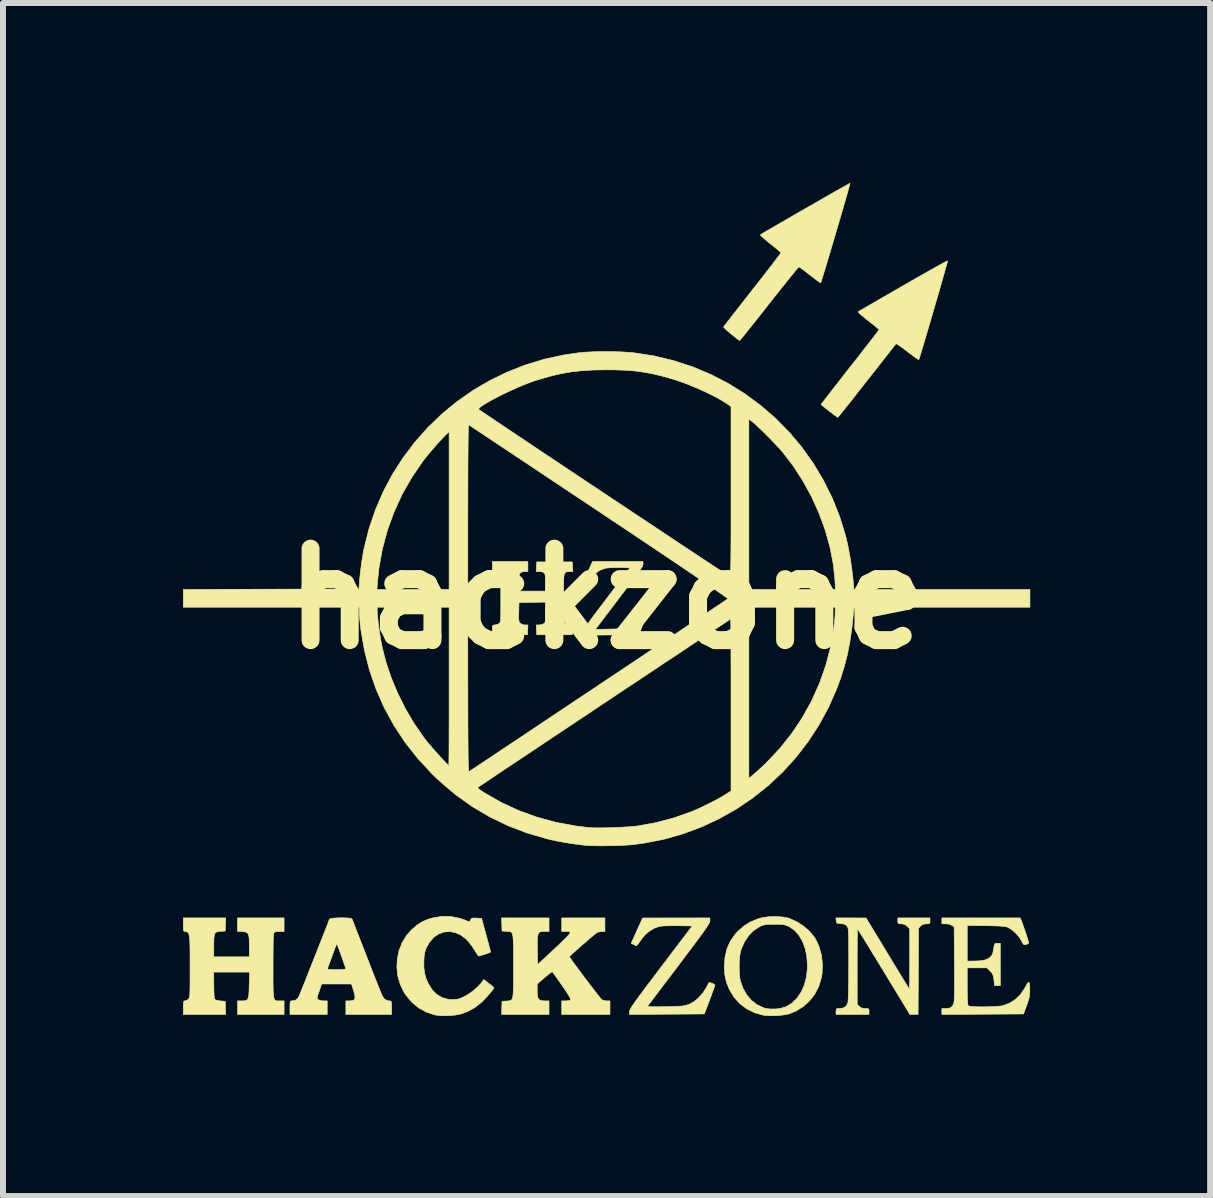
<source format=kicad_pcb>
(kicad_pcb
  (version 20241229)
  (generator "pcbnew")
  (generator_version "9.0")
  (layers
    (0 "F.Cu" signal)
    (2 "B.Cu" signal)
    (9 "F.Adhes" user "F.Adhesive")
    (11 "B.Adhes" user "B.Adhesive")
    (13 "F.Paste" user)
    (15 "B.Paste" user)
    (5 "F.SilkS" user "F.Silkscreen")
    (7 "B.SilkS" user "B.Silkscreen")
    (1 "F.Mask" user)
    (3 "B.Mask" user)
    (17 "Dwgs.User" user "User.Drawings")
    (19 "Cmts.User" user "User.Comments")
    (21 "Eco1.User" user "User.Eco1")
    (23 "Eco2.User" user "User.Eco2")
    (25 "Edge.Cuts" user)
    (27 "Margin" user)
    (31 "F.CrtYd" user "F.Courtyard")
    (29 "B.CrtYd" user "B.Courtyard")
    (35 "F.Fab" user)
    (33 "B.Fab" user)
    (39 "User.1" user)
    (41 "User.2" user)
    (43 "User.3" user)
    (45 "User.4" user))
  (footprint "hackzone"
    (layer "F.Cu")
    (at 7.061 6.93)
    (property "Reference" "hackzone" (at 0 0 0) (layer "F.SilkS") (effects (font (size 1.524 1.524) (thickness 0.3))))
    (attr through_hole)
    (fp_poly (pts (xy 0.607 -0.579) (xy 0.606 -0.57) (xy 0.604 -0.561) (xy 0.6 -0.549) (xy 0.591 -0.533) (xy 0.578 -0.511) (xy 0.559 -0.483) (xy 0.533 -0.445) (xy 0.499 -0.398) (xy 0.455 -0.339) (xy 0.402 -0.267) (xy 0.337 -0.181) (xy 0.26 -0.079) (xy 0.169 0.041) (xy 0.064 0.18) (xy -0.057 0.339) (xy -0.103 0.4) (xy -0.187 0.511) (xy 0.051 0.506) (xy 0.14 0.504) (xy 0.205 0.501) (xy 0.253 0.497) (xy 0.29 0.492) (xy 0.319 0.483) (xy 0.348 0.472) (xy 0.37 0.461) (xy 0.448 0.412) (xy 0.513 0.344) (xy 0.567 0.259) (xy 0.59 0.222) (xy 0.608 0.206) (xy 0.628 0.206) (xy 0.656 0.217) (xy 0.666 0.224) (xy 0.665 0.24) (xy 0.656 0.277) (xy 0.639 0.33) (xy 0.616 0.395) (xy 0.608 0.417) (xy 0.539 0.6) (xy -0.395 0.607) (xy -0.394 0.561) (xy -0.392 0.547) (xy -0.383 0.526) (xy -0.367 0.498) (xy -0.343 0.46) (xy -0.308 0.41) (xy -0.262 0.346) (xy -0.203 0.266) (xy -0.13 0.169) (xy -0.042 0.053) (xy -0.002 0) (xy 0.389 -0.515) (xy 0.219 -0.52) (xy 0.145 -0.52) (xy 0.072 -0.518) (xy 0.012 -0.513) (xy -0.024 -0.508) (xy -0.114 -0.474) (xy -0.194 -0.416) (xy -0.257 -0.339) (xy -0.288 -0.295) (xy -0.311 -0.274) (xy -0.332 -0.272) (xy -0.356 -0.285) (xy -0.356 -0.286) (xy -0.365 -0.295) (xy -0.367 -0.31) (xy -0.361 -0.335) (xy -0.346 -0.373) (xy -0.321 -0.43) (xy -0.306 -0.462) (xy -0.234 -0.621) (xy 0.607 -0.621) (xy 0.607 -0.579)) (stroke (width 0.01) (type solid)) (fill yes) (layer "F.SilkS"))
    (fp_poly (pts (xy 1.722 5.369) (xy 1.72 5.381) (xy 1.714 5.398) (xy 1.702 5.421) (xy 1.684 5.451) (xy 1.657 5.491) (xy 1.622 5.542) (xy 1.576 5.606) (xy 1.518 5.684) (xy 1.447 5.779) (xy 1.362 5.892) (xy 1.262 6.025) (xy 1.212 6.092) (xy 1.12 6.214) (xy 1.032 6.329) (xy 0.952 6.435) (xy 0.879 6.532) (xy 0.815 6.615) (xy 0.763 6.685) (xy 0.723 6.738) (xy 0.697 6.772) (xy 0.687 6.785) (xy 0.686 6.792) (xy 0.696 6.796) (xy 0.72 6.799) (xy 0.761 6.801) (xy 0.823 6.801) (xy 0.908 6.8) (xy 0.981 6.799) (xy 1.085 6.796) (xy 1.164 6.794) (xy 1.225 6.791) (xy 1.271 6.787) (xy 1.307 6.781) (xy 1.337 6.773) (xy 1.367 6.763) (xy 1.376 6.76) (xy 1.457 6.716) (xy 1.536 6.649) (xy 1.607 6.567) (xy 1.662 6.482) (xy 1.708 6.395) (xy 1.757 6.41) (xy 1.789 6.424) (xy 1.805 6.438) (xy 1.805 6.441) (xy 1.8 6.458) (xy 1.787 6.498) (xy 1.766 6.554) (xy 1.741 6.624) (xy 1.717 6.689) (xy 1.629 6.921) (xy 1.005 6.925) (xy 0.381 6.929) (xy 0.381 6.881) (xy 0.383 6.869) (xy 0.39 6.852) (xy 0.402 6.828) (xy 0.422 6.796) (xy 0.45 6.754) (xy 0.487 6.701) (xy 0.536 6.635) (xy 0.596 6.553) (xy 0.669 6.455) (xy 0.757 6.339) (xy 0.86 6.203) (xy 0.904 6.144) (xy 1.428 5.454) (xy 1.191 5.45) (xy 1.102 5.45) (xy 1.018 5.451) (xy 0.947 5.454) (xy 0.895 5.459) (xy 0.879 5.462) (xy 0.799 5.489) (xy 0.718 5.537) (xy 0.645 5.597) (xy 0.593 5.658) (xy 0.553 5.715) (xy 0.526 5.753) (xy 0.508 5.773) (xy 0.494 5.781) (xy 0.479 5.779) (xy 0.461 5.769) (xy 0.455 5.766) (xy 0.41 5.743) (xy 0.443 5.669) (xy 0.464 5.623) (xy 0.491 5.562) (xy 0.522 5.495) (xy 0.538 5.458) (xy 0.6 5.321) (xy 1.722 5.32) (xy 1.722 5.369)) (stroke (width 0.01) (type solid)) (fill yes) (layer "F.SilkS"))
    (fp_poly (pts (xy 2.927 5.304) (xy 3.017 5.319) (xy 3.054 5.331) (xy 3.172 5.385) (xy 3.282 5.457) (xy 3.38 5.541) (xy 3.457 5.632) (xy 3.482 5.67) (xy 3.541 5.797) (xy 3.58 5.938) (xy 3.597 6.086) (xy 3.593 6.235) (xy 3.579 6.322) (xy 3.535 6.463) (xy 3.469 6.592) (xy 3.381 6.705) (xy 3.274 6.8) (xy 3.152 6.875) (xy 3.034 6.921) (xy 2.968 6.935) (xy 2.885 6.945) (xy 2.794 6.95) (xy 2.707 6.95) (xy 2.633 6.945) (xy 2.615 6.942) (xy 2.471 6.902) (xy 2.34 6.838) (xy 2.224 6.752) (xy 2.126 6.644) (xy 2.048 6.516) (xy 2.046 6.512) (xy 1.997 6.391) (xy 1.97 6.266) (xy 1.962 6.133) (xy 2.21 6.133) (xy 2.212 6.223) (xy 2.218 6.303) (xy 2.228 6.364) (xy 2.272 6.49) (xy 2.335 6.602) (xy 2.415 6.695) (xy 2.51 6.768) (xy 2.617 6.818) (xy 2.636 6.824) (xy 2.72 6.838) (xy 2.817 6.838) (xy 2.913 6.824) (xy 2.996 6.798) (xy 2.998 6.797) (xy 3.094 6.738) (xy 3.176 6.656) (xy 3.244 6.554) (xy 3.296 6.436) (xy 3.331 6.303) (xy 3.347 6.159) (xy 3.347 6.117) (xy 3.338 5.97) (xy 3.311 5.835) (xy 3.267 5.714) (xy 3.208 5.612) (xy 3.136 5.529) (xy 3.05 5.469) (xy 3.031 5.459) (xy 2.994 5.444) (xy 2.958 5.434) (xy 2.915 5.429) (xy 2.859 5.426) (xy 2.794 5.426) (xy 2.721 5.427) (xy 2.67 5.429) (xy 2.63 5.435) (xy 2.596 5.445) (xy 2.56 5.461) (xy 2.55 5.466) (xy 2.453 5.529) (xy 2.368 5.614) (xy 2.298 5.718) (xy 2.246 5.836) (xy 2.228 5.898) (xy 2.218 5.961) (xy 2.212 6.042) (xy 2.21 6.133) (xy 1.962 6.133) (xy 1.962 6.132) (xy 1.973 5.974) (xy 2.007 5.833) (xy 2.064 5.705) (xy 2.145 5.59) (xy 2.187 5.545) (xy 2.284 5.458) (xy 2.388 5.392) (xy 2.507 5.341) (xy 2.533 5.332) (xy 2.619 5.311) (xy 2.72 5.299) (xy 2.825 5.297) (xy 2.927 5.304)) (stroke (width 0.01) (type solid)) (fill yes) (layer "F.SilkS"))
    (fp_poly (pts (xy -2.593 5.297) (xy -2.443 5.327) (xy -2.369 5.354) (xy -2.284 5.388) (xy -2.268 5.353) (xy -2.257 5.334) (xy -2.241 5.324) (xy -2.211 5.321) (xy -2.169 5.323) (xy -2.084 5.327) (xy -2.009 5.602) (xy -1.986 5.686) (xy -1.966 5.761) (xy -1.95 5.822) (xy -1.939 5.865) (xy -1.934 5.886) (xy -1.933 5.887) (xy -1.946 5.895) (xy -1.977 5.907) (xy -2.019 5.922) (xy -2.064 5.937) (xy -2.104 5.949) (xy -2.131 5.955) (xy -2.134 5.955) (xy -2.144 5.944) (xy -2.165 5.914) (xy -2.192 5.87) (xy -2.202 5.853) (xy -2.242 5.792) (xy -2.29 5.73) (xy -2.336 5.679) (xy -2.337 5.677) (xy -2.426 5.608) (xy -2.519 5.565) (xy -2.615 5.547) (xy -2.709 5.555) (xy -2.799 5.587) (xy -2.881 5.643) (xy -2.951 5.723) (xy -2.993 5.794) (xy -3.015 5.842) (xy -3.029 5.885) (xy -3.038 5.932) (xy -3.043 5.994) (xy -3.045 6.027) (xy -3.046 6.144) (xy -3.034 6.242) (xy -3.009 6.332) (xy -2.975 6.41) (xy -2.91 6.515) (xy -2.833 6.594) (xy -2.743 6.648) (xy -2.642 6.676) (xy -2.574 6.681) (xy -2.519 6.679) (xy -2.474 6.672) (xy -2.429 6.657) (xy -2.372 6.631) (xy -2.366 6.628) (xy -2.293 6.585) (xy -2.218 6.53) (xy -2.148 6.468) (xy -2.091 6.408) (xy -2.07 6.38) (xy -2.048 6.347) (xy -1.962 6.413) (xy -1.922 6.445) (xy -1.891 6.471) (xy -1.877 6.485) (xy -1.877 6.486) (xy -1.885 6.5) (xy -1.908 6.53) (xy -1.941 6.571) (xy -1.968 6.603) (xy -2.078 6.72) (xy -2.193 6.812) (xy -2.317 6.88) (xy -2.427 6.92) (xy -2.505 6.937) (xy -2.599 6.947) (xy -2.697 6.951) (xy -2.79 6.947) (xy -2.86 6.937) (xy -3.004 6.89) (xy -3.133 6.819) (xy -3.246 6.726) (xy -3.344 6.608) (xy -3.377 6.558) (xy -3.44 6.428) (xy -3.48 6.289) (xy -3.496 6.147) (xy -3.489 6.004) (xy -3.46 5.864) (xy -3.408 5.733) (xy -3.335 5.613) (xy -3.249 5.516) (xy -3.159 5.439) (xy -3.071 5.383) (xy -2.975 5.342) (xy -2.899 5.32) (xy -2.745 5.294) (xy -2.593 5.297)) (stroke (width 0.01) (type solid)) (fill yes) (layer "F.SilkS"))
    (fp_poly (pts (xy 4.054 -6.911) (xy 4.044 -6.873) (xy 4.028 -6.813) (xy 4.006 -6.735) (xy 3.979 -6.641) (xy 3.948 -6.534) (xy 3.914 -6.417) (xy 3.878 -6.293) (xy 3.84 -6.165) (xy 3.802 -6.035) (xy 3.764 -5.907) (xy 3.727 -5.782) (xy 3.692 -5.665) (xy 3.66 -5.557) (xy 3.631 -5.462) (xy 3.606 -5.382) (xy 3.587 -5.321) (xy 3.574 -5.28) (xy 3.568 -5.264) (xy 3.568 -5.264) (xy 3.554 -5.272) (xy 3.522 -5.295) (xy 3.476 -5.329) (xy 3.421 -5.372) (xy 3.388 -5.397) (xy 3.328 -5.444) (xy 3.276 -5.483) (xy 3.235 -5.513) (xy 3.21 -5.529) (xy 3.204 -5.532) (xy 3.193 -5.521) (xy 3.167 -5.49) (xy 3.126 -5.44) (xy 3.072 -5.375) (xy 3.008 -5.295) (xy 2.935 -5.203) (xy 2.854 -5.101) (xy 2.766 -4.991) (xy 2.709 -4.918) (xy 2.619 -4.803) (xy 2.534 -4.696) (xy 2.456 -4.597) (xy 2.386 -4.51) (xy 2.326 -4.435) (xy 2.278 -4.375) (xy 2.242 -4.333) (xy 2.222 -4.309) (xy 2.218 -4.305) (xy 2.204 -4.313) (xy 2.172 -4.336) (xy 2.129 -4.37) (xy 2.077 -4.412) (xy 2.026 -4.454) (xy 1.986 -4.49) (xy 1.959 -4.517) (xy 1.95 -4.53) (xy 1.95 -4.53) (xy 1.959 -4.543) (xy 1.984 -4.576) (xy 2.024 -4.628) (xy 2.076 -4.695) (xy 2.139 -4.776) (xy 2.212 -4.869) (xy 2.292 -4.972) (xy 2.379 -5.083) (xy 2.431 -5.149) (xy 2.52 -5.263) (xy 2.604 -5.37) (xy 2.681 -5.469) (xy 2.749 -5.557) (xy 2.807 -5.633) (xy 2.853 -5.693) (xy 2.886 -5.737) (xy 2.903 -5.762) (xy 2.906 -5.767) (xy 2.895 -5.779) (xy 2.866 -5.805) (xy 2.822 -5.842) (xy 2.767 -5.887) (xy 2.728 -5.917) (xy 2.669 -5.965) (xy 2.62 -6.007) (xy 2.584 -6.04) (xy 2.565 -6.061) (xy 2.563 -6.067) (xy 2.578 -6.076) (xy 2.614 -6.098) (xy 2.67 -6.131) (xy 2.742 -6.173) (xy 2.828 -6.223) (xy 2.925 -6.279) (xy 3.031 -6.34) (xy 3.143 -6.405) (xy 3.259 -6.472) (xy 3.376 -6.539) (xy 3.492 -6.605) (xy 3.603 -6.669) (xy 3.708 -6.729) (xy 3.804 -6.784) (xy 3.888 -6.832) (xy 3.958 -6.871) (xy 4.012 -6.901) (xy 4.045 -6.92) (xy 4.057 -6.925) (xy 4.054 -6.911)) (stroke (width 0.01) (type solid)) (fill yes) (layer "F.SilkS"))
    (fp_poly (pts (xy 5.684 -5.632) (xy 5.681 -5.617) (xy 5.67 -5.578) (xy 5.653 -5.517) (xy 5.631 -5.438) (xy 5.604 -5.343) (xy 5.574 -5.236) (xy 5.54 -5.118) (xy 5.504 -4.994) (xy 5.466 -4.866) (xy 5.429 -4.736) (xy 5.391 -4.608) (xy 5.355 -4.484) (xy 5.32 -4.368) (xy 5.289 -4.262) (xy 5.261 -4.169) (xy 5.238 -4.092) (xy 5.22 -4.034) (xy 5.208 -3.997) (xy 5.203 -3.985) (xy 5.19 -3.991) (xy 5.159 -4.011) (xy 5.113 -4.044) (xy 5.057 -4.086) (xy 5.015 -4.119) (xy 4.954 -4.166) (xy 4.9 -4.205) (xy 4.858 -4.234) (xy 4.832 -4.249) (xy 4.825 -4.251) (xy 4.814 -4.238) (xy 4.788 -4.205) (xy 4.748 -4.154) (xy 4.695 -4.087) (xy 4.632 -4.006) (xy 4.559 -3.913) (xy 4.478 -3.81) (xy 4.391 -3.7) (xy 4.339 -3.634) (xy 4.25 -3.52) (xy 4.165 -3.413) (xy 4.088 -3.314) (xy 4.019 -3.227) (xy 3.96 -3.153) (xy 3.912 -3.094) (xy 3.878 -3.051) (xy 3.858 -3.028) (xy 3.854 -3.024) (xy 3.84 -3.031) (xy 3.809 -3.053) (xy 3.765 -3.086) (xy 3.713 -3.126) (xy 3.711 -3.127) (xy 3.659 -3.169) (xy 3.616 -3.203) (xy 3.586 -3.227) (xy 3.574 -3.237) (xy 3.574 -3.237) (xy 3.582 -3.248) (xy 3.606 -3.28) (xy 3.644 -3.329) (xy 3.695 -3.395) (xy 3.757 -3.475) (xy 3.829 -3.568) (xy 3.909 -3.67) (xy 3.996 -3.781) (xy 4.057 -3.859) (xy 4.148 -3.974) (xy 4.233 -4.083) (xy 4.31 -4.183) (xy 4.38 -4.272) (xy 4.439 -4.348) (xy 4.486 -4.41) (xy 4.52 -4.454) (xy 4.539 -4.48) (xy 4.543 -4.486) (xy 4.532 -4.497) (xy 4.503 -4.522) (xy 4.458 -4.558) (xy 4.402 -4.602) (xy 4.36 -4.635) (xy 4.289 -4.692) (xy 4.236 -4.736) (xy 4.204 -4.767) (xy 4.194 -4.784) (xy 4.195 -4.786) (xy 4.21 -4.795) (xy 4.247 -4.816) (xy 4.305 -4.849) (xy 4.38 -4.893) (xy 4.471 -4.945) (xy 4.575 -5.006) (xy 4.691 -5.073) (xy 4.816 -5.145) (xy 4.946 -5.22) (xy 5.077 -5.295) (xy 5.201 -5.366) (xy 5.316 -5.431) (xy 5.419 -5.489) (xy 5.508 -5.539) (xy 5.581 -5.58) (xy 5.636 -5.609) (xy 5.671 -5.627) (xy 5.684 -5.632) (xy 5.684 -5.632)) (stroke (width 0.01) (type solid)) (fill yes) (layer "F.SilkS"))
    (fp_poly (pts (xy 5.39 5.369) (xy 5.389 5.4) (xy 5.379 5.414) (xy 5.354 5.418) (xy 5.329 5.419) (xy 5.282 5.424) (xy 5.247 5.442) (xy 5.234 5.455) (xy 5.2 5.491) (xy 5.192 6.929) (xy 5.055 6.929) (xy 4.622 6.216) (xy 4.543 6.087) (xy 4.469 5.966) (xy 4.401 5.855) (xy 4.34 5.755) (xy 4.287 5.668) (xy 4.243 5.598) (xy 4.21 5.546) (xy 4.19 5.513) (xy 4.183 5.503) (xy 4.181 5.517) (xy 4.18 5.556) (xy 4.179 5.618) (xy 4.178 5.699) (xy 4.178 5.797) (xy 4.177 5.909) (xy 4.177 6.033) (xy 4.177 6.132) (xy 4.177 6.761) (xy 4.212 6.795) (xy 4.245 6.819) (xy 4.287 6.829) (xy 4.31 6.83) (xy 4.35 6.831) (xy 4.368 6.838) (xy 4.374 6.857) (xy 4.374 6.879) (xy 4.374 6.929) (xy 3.824 6.929) (xy 3.824 6.879) (xy 3.826 6.848) (xy 3.835 6.834) (xy 3.861 6.83) (xy 3.884 6.83) (xy 3.948 6.82) (xy 3.992 6.791) (xy 4.019 6.741) (xy 4.021 6.734) (xy 4.025 6.706) (xy 4.028 6.652) (xy 4.031 6.573) (xy 4.033 6.472) (xy 4.035 6.35) (xy 4.035 6.21) (xy 4.036 6.087) (xy 4.036 5.942) (xy 4.035 5.823) (xy 4.035 5.726) (xy 4.034 5.649) (xy 4.033 5.59) (xy 4.031 5.546) (xy 4.028 5.514) (xy 4.024 5.492) (xy 4.019 5.476) (xy 4.013 5.465) (xy 4.007 5.457) (xy 3.983 5.433) (xy 3.951 5.421) (xy 3.905 5.416) (xy 3.862 5.412) (xy 3.839 5.405) (xy 3.83 5.39) (xy 3.827 5.366) (xy 3.822 5.32) (xy 4.074 5.32) (xy 4.325 5.321) (xy 4.683 5.913) (xy 4.754 6.03) (xy 4.82 6.139) (xy 4.881 6.239) (xy 4.934 6.326) (xy 4.979 6.398) (xy 5.013 6.454) (xy 5.036 6.49) (xy 5.046 6.505) (xy 5.046 6.505) (xy 5.048 6.492) (xy 5.049 6.453) (xy 5.05 6.392) (xy 5.051 6.313) (xy 5.051 6.218) (xy 5.052 6.111) (xy 5.052 6.003) (xy 5.052 5.501) (xy 5.011 5.46) (xy 4.972 5.43) (xy 4.929 5.419) (xy 4.912 5.419) (xy 4.875 5.417) (xy 4.859 5.408) (xy 4.854 5.385) (xy 4.854 5.369) (xy 4.854 5.32) (xy 5.39 5.32) (xy 5.39 5.369)) (stroke (width 0.01) (type solid)) (fill yes) (layer "F.SilkS"))
    (fp_poly (pts (xy -1.312 -0.452) (xy -1.368 -0.452) (xy -1.408 -0.447) (xy -1.437 -0.432) (xy -1.454 -0.402) (xy -1.464 -0.352) (xy -1.467 -0.28) (xy -1.468 -0.258) (xy -1.468 -0.127) (xy -1.016 -0.127) (xy -1.016 -0.267) (xy -1.018 -0.343) (xy -1.024 -0.395) (xy -1.037 -0.427) (xy -1.06 -0.444) (xy -1.095 -0.451) (xy -1.116 -0.452) (xy -1.173 -0.452) (xy -1.164 -0.614) (xy -0.572 -0.614) (xy -0.563 -0.452) (xy -0.619 -0.452) (xy -0.647 -0.451) (xy -0.669 -0.448) (xy -0.686 -0.44) (xy -0.699 -0.423) (xy -0.708 -0.395) (xy -0.714 -0.353) (xy -0.717 -0.294) (xy -0.719 -0.214) (xy -0.72 -0.112) (xy -0.72 -0.007) (xy -0.72 0.11) (xy -0.719 0.201) (xy -0.719 0.271) (xy -0.717 0.323) (xy -0.714 0.359) (xy -0.711 0.383) (xy -0.706 0.398) (xy -0.699 0.407) (xy -0.69 0.414) (xy -0.688 0.415) (xy -0.652 0.431) (xy -0.61 0.437) (xy -0.563 0.437) (xy -0.567 0.519) (xy -0.572 0.6) (xy -1.164 0.6) (xy -1.168 0.519) (xy -1.173 0.437) (xy -1.126 0.437) (xy -1.083 0.431) (xy -1.047 0.415) (xy -1.034 0.404) (xy -1.025 0.39) (xy -1.02 0.366) (xy -1.017 0.328) (xy -1.016 0.27) (xy -1.016 0.225) (xy -1.016 0.056) (xy -1.46 0.064) (xy -1.464 0.222) (xy -1.466 0.292) (xy -1.465 0.339) (xy -1.461 0.371) (xy -1.454 0.391) (xy -1.442 0.406) (xy -1.44 0.409) (xy -1.398 0.432) (xy -1.361 0.437) (xy -1.311 0.437) (xy -1.315 0.519) (xy -1.319 0.6) (xy -1.612 0.604) (xy -1.905 0.607) (xy -1.905 0.522) (xy -1.904 0.475) (xy -1.9 0.45) (xy -1.89 0.44) (xy -1.87 0.437) (xy -1.866 0.437) (xy -1.824 0.429) (xy -1.795 0.415) (xy -1.786 0.408) (xy -1.779 0.4) (xy -1.774 0.386) (xy -1.77 0.363) (xy -1.767 0.33) (xy -1.765 0.281) (xy -1.764 0.214) (xy -1.764 0.126) (xy -1.764 0.014) (xy -1.764 -0.007) (xy -1.764 -0.13) (xy -1.765 -0.229) (xy -1.767 -0.305) (xy -1.77 -0.361) (xy -1.776 -0.401) (xy -1.786 -0.427) (xy -1.798 -0.442) (xy -1.815 -0.449) (xy -1.837 -0.451) (xy -1.857 -0.452) (xy -1.905 -0.452) (xy -1.905 -0.621) (xy -1.312 -0.621) (xy -1.312 -0.452)) (stroke (width 0.01) (type solid)) (fill yes) (layer "F.SilkS"))
    (fp_poly (pts (xy 6.971 5.526) (xy 6.996 5.599) (xy 7.016 5.662) (xy 7.029 5.71) (xy 7.034 5.738) (xy 7.033 5.743) (xy 7.01 5.756) (xy 6.984 5.764) (xy 6.962 5.767) (xy 6.946 5.757) (xy 6.929 5.731) (xy 6.915 5.701) (xy 6.875 5.637) (xy 6.819 5.573) (xy 6.756 5.518) (xy 6.694 5.479) (xy 6.692 5.478) (xy 6.669 5.47) (xy 6.638 5.464) (xy 6.595 5.459) (xy 6.537 5.455) (xy 6.459 5.452) (xy 6.358 5.45) (xy 6.325 5.45) (xy 6.011 5.445) (xy 6.011 6.04) (xy 6.128 6.039) (xy 6.226 6.035) (xy 6.302 6.022) (xy 6.359 5.999) (xy 6.395 5.973) (xy 6.415 5.952) (xy 6.429 5.929) (xy 6.44 5.897) (xy 6.449 5.849) (xy 6.456 5.803) (xy 6.464 5.766) (xy 6.475 5.748) (xy 6.499 5.743) (xy 6.514 5.743) (xy 6.562 5.743) (xy 6.562 6.449) (xy 6.466 6.449) (xy 6.456 6.354) (xy 6.449 6.3) (xy 6.437 6.263) (xy 6.418 6.233) (xy 6.393 6.206) (xy 6.339 6.152) (xy 6.011 6.152) (xy 6.011 6.46) (xy 6.012 6.573) (xy 6.014 6.659) (xy 6.017 6.722) (xy 6.021 6.762) (xy 6.027 6.783) (xy 6.028 6.785) (xy 6.049 6.791) (xy 6.093 6.796) (xy 6.154 6.8) (xy 6.227 6.802) (xy 6.307 6.802) (xy 6.388 6.8) (xy 6.465 6.797) (xy 6.533 6.792) (xy 6.586 6.786) (xy 6.606 6.782) (xy 6.713 6.743) (xy 6.812 6.68) (xy 6.898 6.597) (xy 6.967 6.496) (xy 6.981 6.471) (xy 7.008 6.42) (xy 7.029 6.395) (xy 7.043 6.397) (xy 7.051 6.426) (xy 7.054 6.482) (xy 7.054 6.516) (xy 7.052 6.579) (xy 7.046 6.633) (xy 7.033 6.686) (xy 7.012 6.751) (xy 7.001 6.78) (xy 6.949 6.921) (xy 6.269 6.925) (xy 5.588 6.929) (xy 5.588 6.83) (xy 5.659 6.83) (xy 5.72 6.822) (xy 5.76 6.797) (xy 5.784 6.752) (xy 5.792 6.714) (xy 5.794 6.687) (xy 5.796 6.635) (xy 5.797 6.562) (xy 5.798 6.47) (xy 5.798 6.363) (xy 5.798 6.245) (xy 5.797 6.119) (xy 5.797 6.063) (xy 5.793 5.473) (xy 5.759 5.446) (xy 5.714 5.424) (xy 5.657 5.419) (xy 5.588 5.419) (xy 5.588 5.32) (xy 6.897 5.32) (xy 6.971 5.526)) (stroke (width 0.01) (type solid)) (fill yes) (layer "F.SilkS"))
    (fp_poly (pts (xy -6.357 5.539) (xy -6.428 5.543) (xy -6.472 5.547) (xy -6.504 5.556) (xy -6.525 5.574) (xy -6.538 5.605) (xy -6.545 5.653) (xy -6.547 5.723) (xy -6.548 5.781) (xy -6.548 5.969) (xy -5.955 5.969) (xy -5.955 5.796) (xy -5.956 5.708) (xy -5.96 5.644) (xy -5.969 5.601) (xy -5.984 5.573) (xy -6.009 5.558) (xy -6.043 5.551) (xy -6.072 5.548) (xy -6.152 5.544) (xy -6.152 5.32) (xy -5.376 5.32) (xy -5.376 5.546) (xy -5.451 5.546) (xy -5.497 5.549) (xy -5.532 5.556) (xy -5.543 5.563) (xy -5.548 5.575) (xy -5.551 5.604) (xy -5.554 5.651) (xy -5.557 5.717) (xy -5.558 5.806) (xy -5.559 5.918) (xy -5.56 6.056) (xy -5.56 6.119) (xy -5.56 6.263) (xy -5.56 6.381) (xy -5.559 6.476) (xy -5.557 6.55) (xy -5.553 6.606) (xy -5.547 6.646) (xy -5.538 6.674) (xy -5.526 6.69) (xy -5.51 6.699) (xy -5.49 6.703) (xy -5.466 6.703) (xy -5.446 6.703) (xy -5.376 6.703) (xy -5.376 6.929) (xy -6.152 6.929) (xy -6.152 6.703) (xy -6.085 6.703) (xy -6.042 6.702) (xy -6.01 6.696) (xy -5.988 6.682) (xy -5.974 6.656) (xy -5.965 6.613) (xy -5.96 6.551) (xy -5.958 6.466) (xy -5.957 6.443) (xy -5.952 6.223) (xy -6.548 6.223) (xy -6.547 6.438) (xy -6.546 6.515) (xy -6.544 6.582) (xy -6.541 6.635) (xy -6.536 6.667) (xy -6.534 6.674) (xy -6.511 6.689) (xy -6.465 6.699) (xy -6.439 6.703) (xy -6.357 6.71) (xy -6.349 6.929) (xy -7.056 6.929) (xy -7.056 6.816) (xy -7.055 6.759) (xy -7.052 6.726) (xy -7.046 6.709) (xy -7.035 6.703) (xy -7.027 6.703) (xy -6.997 6.693) (xy -6.971 6.675) (xy -6.964 6.666) (xy -6.958 6.655) (xy -6.953 6.639) (xy -6.949 6.615) (xy -6.947 6.58) (xy -6.945 6.531) (xy -6.944 6.465) (xy -6.943 6.38) (xy -6.943 6.272) (xy -6.943 6.139) (xy -6.943 6.135) (xy -6.943 5.992) (xy -6.944 5.875) (xy -6.945 5.78) (xy -6.948 5.707) (xy -6.952 5.651) (xy -6.958 5.61) (xy -6.965 5.583) (xy -6.976 5.565) (xy -6.989 5.555) (xy -7.005 5.55) (xy -7.017 5.548) (xy -7.036 5.545) (xy -7.048 5.537) (xy -7.053 5.517) (xy -7.055 5.481) (xy -7.056 5.432) (xy -7.056 5.32) (xy -6.349 5.32) (xy -6.357 5.539)) (stroke (width 0.01) (type solid)) (fill yes) (layer "F.SilkS"))
    (fp_poly (pts (xy -4.327 5.321) (xy -4.279 5.325) (xy -4.25 5.333) (xy -4.243 5.338) (xy -4.237 5.354) (xy -4.221 5.394) (xy -4.198 5.455) (xy -4.167 5.534) (xy -4.13 5.629) (xy -4.088 5.736) (xy -4.042 5.854) (xy -4 5.962) (xy -3.951 6.088) (xy -3.905 6.207) (xy -3.861 6.317) (xy -3.823 6.414) (xy -3.79 6.497) (xy -3.764 6.561) (xy -3.746 6.604) (xy -3.738 6.621) (xy -3.703 6.672) (xy -3.66 6.697) (xy -3.62 6.703) (xy -3.602 6.704) (xy -3.592 6.711) (xy -3.586 6.73) (xy -3.584 6.766) (xy -3.584 6.816) (xy -3.584 6.929) (xy -4.346 6.929) (xy -4.346 6.703) (xy -4.286 6.703) (xy -4.238 6.699) (xy -4.208 6.686) (xy -4.194 6.659) (xy -4.196 6.615) (xy -4.211 6.551) (xy -4.222 6.517) (xy -4.253 6.421) (xy -4.75 6.421) (xy -4.791 6.542) (xy -4.811 6.599) (xy -4.822 6.636) (xy -4.824 6.658) (xy -4.819 6.671) (xy -4.807 6.681) (xy -4.806 6.683) (xy -4.774 6.695) (xy -4.73 6.702) (xy -4.717 6.703) (xy -4.657 6.703) (xy -4.657 6.929) (xy -5.278 6.929) (xy -5.278 6.816) (xy -5.277 6.76) (xy -5.275 6.726) (xy -5.269 6.709) (xy -5.257 6.703) (xy -5.241 6.703) (xy -5.185 6.691) (xy -5.143 6.655) (xy -5.131 6.635) (xy -5.123 6.617) (xy -5.106 6.576) (xy -5.082 6.514) (xy -5.05 6.436) (xy -5.013 6.343) (xy -4.972 6.24) (xy -4.944 6.167) (xy -4.652 6.167) (xy -4.645 6.174) (xy -4.624 6.178) (xy -4.586 6.18) (xy -4.525 6.181) (xy -4.503 6.181) (xy -4.44 6.18) (xy -4.389 6.178) (xy -4.356 6.175) (xy -4.346 6.172) (xy -4.351 6.156) (xy -4.363 6.118) (xy -4.381 6.066) (xy -4.402 6.005) (xy -4.425 5.941) (xy -4.447 5.88) (xy -4.466 5.827) (xy -4.481 5.789) (xy -4.488 5.771) (xy -4.498 5.761) (xy -4.508 5.775) (xy -4.513 5.786) (xy -4.523 5.813) (xy -4.54 5.859) (xy -4.562 5.919) (xy -4.583 5.976) (xy -4.607 6.04) (xy -4.627 6.095) (xy -4.643 6.136) (xy -4.65 6.156) (xy -4.652 6.167) (xy -4.944 6.167) (xy -4.928 6.129) (xy -4.883 6.013) (xy -4.836 5.895) (xy -4.791 5.779) (xy -4.747 5.668) (xy -4.706 5.565) (xy -4.67 5.472) (xy -4.639 5.392) (xy -4.619 5.341) (xy -4.603 5.332) (xy -4.564 5.325) (xy -4.511 5.321) (xy -4.449 5.318) (xy -4.386 5.318) (xy -4.327 5.321)) (stroke (width 0.01) (type solid)) (fill yes) (layer "F.SilkS"))
    (fp_poly (pts (xy -0.96 5.546) (xy -1.037 5.546) (xy -1.077 5.547) (xy -1.107 5.553) (xy -1.128 5.567) (xy -1.142 5.592) (xy -1.151 5.633) (xy -1.154 5.692) (xy -1.155 5.773) (xy -1.154 5.855) (xy -1.15 6.097) (xy -0.882 5.849) (xy -0.809 5.781) (xy -0.744 5.717) (xy -0.688 5.662) (xy -0.645 5.618) (xy -0.618 5.587) (xy -0.609 5.573) (xy -0.61 5.557) (xy -0.623 5.549) (xy -0.655 5.546) (xy -0.676 5.546) (xy -0.748 5.546) (xy -0.748 5.32) (xy -0.028 5.32) (xy -0.028 5.546) (xy -0.083 5.546) (xy -0.145 5.558) (xy -0.178 5.577) (xy -0.208 5.601) (xy -0.25 5.637) (xy -0.303 5.681) (xy -0.361 5.732) (xy -0.422 5.784) (xy -0.48 5.836) (xy -0.533 5.883) (xy -0.577 5.922) (xy -0.607 5.95) (xy -0.621 5.964) (xy -0.621 5.965) (xy -0.613 5.979) (xy -0.59 6.013) (xy -0.555 6.062) (xy -0.51 6.123) (xy -0.457 6.194) (xy -0.401 6.27) (xy -0.342 6.348) (xy -0.283 6.425) (xy -0.227 6.498) (xy -0.177 6.563) (xy -0.135 6.617) (xy -0.103 6.657) (xy -0.083 6.679) (xy -0.08 6.682) (xy -0.046 6.696) (xy -0.002 6.703) (xy 0.003 6.703) (xy 0.056 6.703) (xy 0.056 6.929) (xy -0.748 6.929) (xy -0.748 6.703) (xy -0.677 6.703) (xy -0.627 6.699) (xy -0.602 6.688) (xy -0.598 6.682) (xy -0.603 6.663) (xy -0.624 6.625) (xy -0.658 6.57) (xy -0.704 6.5) (xy -0.742 6.446) (xy -0.79 6.377) (xy -0.833 6.316) (xy -0.868 6.267) (xy -0.892 6.233) (xy -0.903 6.219) (xy -0.917 6.223) (xy -0.947 6.243) (xy -0.989 6.276) (xy -1.035 6.315) (xy -1.157 6.422) (xy -1.157 6.531) (xy -1.155 6.604) (xy -1.145 6.653) (xy -1.125 6.683) (xy -1.093 6.698) (xy -1.043 6.703) (xy -1.036 6.703) (xy -0.96 6.703) (xy -0.96 6.929) (xy -1.751 6.929) (xy -1.747 6.819) (xy -1.743 6.71) (xy -1.672 6.705) (xy -1.642 6.704) (xy -1.618 6.701) (xy -1.598 6.696) (xy -1.583 6.684) (xy -1.572 6.664) (xy -1.563 6.632) (xy -1.558 6.587) (xy -1.555 6.526) (xy -1.553 6.445) (xy -1.552 6.344) (xy -1.552 6.218) (xy -1.552 6.124) (xy -1.552 5.982) (xy -1.552 5.865) (xy -1.553 5.772) (xy -1.556 5.699) (xy -1.56 5.643) (xy -1.566 5.604) (xy -1.575 5.576) (xy -1.588 5.56) (xy -1.605 5.55) (xy -1.626 5.546) (xy -1.653 5.544) (xy -1.672 5.543) (xy -1.743 5.539) (xy -1.747 5.429) (xy -1.751 5.32) (xy -0.96 5.32) (xy -0.96 5.546)) (stroke (width 0.01) (type solid)) (fill yes) (layer "F.SilkS"))
    (fp_poly (pts (xy 0.089 -4.119) (xy 0.239 -4.115) (xy 0.375 -4.107) (xy 0.466 -4.098) (xy 0.799 -4.046) (xy 1.124 -3.967) (xy 1.439 -3.864) (xy 1.742 -3.736) (xy 2.032 -3.586) (xy 2.309 -3.413) (xy 2.57 -3.22) (xy 2.816 -3.007) (xy 3.044 -2.775) (xy 3.254 -2.525) (xy 3.444 -2.259) (xy 3.613 -1.976) (xy 3.761 -1.679) (xy 3.885 -1.369) (xy 3.984 -1.046) (xy 3.994 -1.009) (xy 4.022 -0.885) (xy 4.049 -0.742) (xy 4.074 -0.587) (xy 4.096 -0.429) (xy 4.112 -0.278) (xy 4.115 -0.25) (xy 4.123 -0.155) (xy 7.056 -0.155) (xy 7.056 0.141) (xy 4.123 0.141) (xy 4.114 0.243) (xy 4.088 0.492) (xy 4.054 0.72) (xy 4.013 0.931) (xy 3.961 1.133) (xy 3.899 1.33) (xy 3.835 1.502) (xy 3.699 1.811) (xy 3.539 2.105) (xy 3.357 2.384) (xy 3.155 2.645) (xy 2.934 2.889) (xy 2.694 3.114) (xy 2.438 3.318) (xy 2.166 3.502) (xy 1.88 3.664) (xy 1.581 3.804) (xy 1.271 3.919) (xy 0.951 4.01) (xy 0.621 4.074) (xy 0.427 4.1) (xy 0.348 4.106) (xy 0.25 4.111) (xy 0.14 4.115) (xy 0.024 4.117) (xy -0.091 4.118) (xy -0.197 4.117) (xy -0.288 4.114) (xy -0.346 4.111) (xy -0.451 4.099) (xy -0.574 4.082) (xy -0.705 4.061) (xy -0.833 4.037) (xy -0.95 4.012) (xy -1.002 3.999) (xy -1.332 3.902) (xy -1.648 3.781) (xy -1.95 3.635) (xy -2.239 3.464) (xy -2.514 3.268) (xy -2.658 3.147) (xy -2.149 3.147) (xy -2.143 3.158) (xy -2.117 3.18) (xy -2.076 3.21) (xy -2.036 3.235) (xy -1.755 3.396) (xy -1.463 3.531) (xy -1.159 3.641) (xy -0.843 3.727) (xy -0.513 3.788) (xy -0.282 3.815) (xy -0.225 3.818) (xy -0.145 3.819) (xy -0.05 3.819) (xy 0.055 3.816) (xy 0.164 3.812) (xy 0.27 3.807) (xy 0.368 3.801) (xy 0.451 3.795) (xy 0.501 3.789) (xy 0.815 3.734) (xy 1.123 3.652) (xy 1.404 3.553) (xy 1.493 3.516) (xy 1.594 3.469) (xy 1.699 3.418) (xy 1.802 3.365) (xy 1.895 3.315) (xy 1.971 3.27) (xy 1.987 3.26) (xy 2.074 3.204) (xy 2.074 1.771) (xy 2.074 1.573) (xy 2.074 1.382) (xy 2.074 1.202) (xy 2.073 1.034) (xy 2.073 0.879) (xy 2.072 0.74) (xy 2.071 0.619) (xy 2.071 0.517) (xy 2.07 0.436) (xy 2.069 0.378) (xy 2.068 0.346) (xy 2.067 0.339) (xy 2.055 0.346) (xy 2.021 0.369) (xy 1.966 0.405) (xy 1.892 0.454) (xy 1.8 0.515) (xy 1.692 0.586) (xy 1.569 0.668) (xy 1.433 0.758) (xy 1.284 0.857) (xy 1.126 0.963) (xy 0.957 1.074) (xy 0.782 1.191) (xy 0.6 1.312) (xy 0.413 1.437) (xy 0.222 1.563) (xy 0.03 1.691) (xy -0.163 1.82) (xy -0.354 1.948) (xy -0.544 2.074) (xy -0.73 2.198) (xy -0.91 2.318) (xy -1.084 2.434) (xy -1.25 2.545) (xy -1.406 2.649) (xy -1.552 2.746) (xy -1.685 2.835) (xy -1.804 2.914) (xy -1.908 2.984) (xy -1.995 3.042) (xy -2.064 3.089) (xy -2.114 3.122) (xy -2.143 3.142) (xy -2.149 3.147) (xy -2.658 3.147) (xy -2.774 3.048) (xy -2.914 2.914) (xy -3.149 2.66) (xy -3.36 2.392) (xy -3.546 2.11) (xy -3.707 1.815) (xy -3.842 1.508) (xy -3.953 1.188) (xy -4.037 0.858) (xy -4.096 0.516) (xy -4.099 0.487) (xy -4.108 0.411) (xy -4.115 0.334) (xy -4.119 0.268) (xy -4.12 0.23) (xy -4.12 0.141) (xy -3.824 0.141) (xy -3.824 0.194) (xy -3.822 0.249) (xy -3.815 0.325) (xy -3.804 0.416) (xy -3.791 0.515) (xy -3.776 0.615) (xy -3.76 0.711) (xy -3.745 0.79) (xy -3.68 1.048) (xy -3.592 1.311) (xy -3.483 1.573) (xy -3.355 1.83) (xy -3.211 2.075) (xy -3.054 2.303) (xy -2.985 2.392) (xy -2.952 2.432) (xy -2.909 2.481) (xy -2.86 2.537) (xy -2.808 2.595) (xy -2.757 2.651) (xy -2.71 2.701) (xy -2.671 2.742) (xy -2.643 2.77) (xy -2.631 2.78) (xy -2.631 2.78) (xy -2.63 2.766) (xy -2.629 2.726) (xy -2.628 2.662) (xy -2.627 2.575) (xy -2.627 2.468) (xy -2.626 2.342) (xy -2.626 2.2) (xy -2.625 2.043) (xy -2.625 1.874) (xy -2.625 1.694) (xy -2.625 1.506) (xy -2.625 1.46) (xy -2.625 0.141) (xy -3.824 0.141) (xy -4.12 0.141) (xy -7.056 0.141) (xy -7.056 -0.007) (xy -2.314 -0.007) (xy -2.314 0.345) (xy -2.314 0.669) (xy -2.314 0.967) (xy -2.314 1.239) (xy -2.313 1.487) (xy -2.313 1.711) (xy -2.312 1.913) (xy -2.312 2.092) (xy -2.311 2.251) (xy -2.31 2.389) (xy -2.309 2.509) (xy -2.308 2.61) (xy -2.307 2.693) (xy -2.305 2.761) (xy -2.304 2.812) (xy -2.302 2.849) (xy -2.3 2.873) (xy -2.298 2.883) (xy -2.297 2.884) (xy -2.284 2.875) (xy -2.248 2.851) (xy -2.192 2.814) (xy -2.115 2.763) (xy -2.019 2.699) (xy -1.906 2.624) (xy -1.777 2.537) (xy -1.632 2.441) (xy -1.473 2.335) (xy -1.301 2.22) (xy -1.118 2.098) (xy -0.924 1.968) (xy -0.721 1.833) (xy -0.509 1.691) (xy -0.29 1.546) (xy -0.135 1.442) (xy 0.088 1.293) (xy 0.305 1.149) (xy 0.514 1.009) (xy 0.714 0.875) (xy 0.905 0.748) (xy 1.085 0.628) (xy 1.252 0.516) (xy 1.407 0.412) (xy 1.546 0.319) (xy 1.671 0.236) (xy 1.778 0.164) (xy 1.812 0.141) (xy 2.371 0.141) (xy 2.371 2.994) (xy 2.445 2.933) (xy 2.484 2.899) (xy 2.536 2.852) (xy 2.596 2.797) (xy 2.655 2.741) (xy 2.658 2.738) (xy 2.88 2.504) (xy 3.081 2.252) (xy 3.261 1.984) (xy 3.417 1.702) (xy 3.549 1.408) (xy 3.656 1.103) (xy 3.737 0.79) (xy 3.738 0.782) (xy 3.757 0.686) (xy 3.774 0.581) (xy 3.788 0.475) (xy 3.8 0.374) (xy 3.808 0.287) (xy 3.81 0.225) (xy 3.81 0.141) (xy 2.371 0.141) (xy 1.812 0.141) (xy 1.868 0.104) (xy 1.938 0.057) (xy 1.988 0.023) (xy 2.017 0.004) (xy 2.023 -0.001) (xy 2.013 -0.01) (xy 1.98 -0.033) (xy 1.926 -0.071) (xy 1.852 -0.122) (xy 1.804 -0.155) (xy 2.371 -0.155) (xy 3.814 -0.155) (xy 3.806 -0.307) (xy 3.777 -0.583) (xy 3.722 -0.863) (xy 3.643 -1.145) (xy 3.541 -1.424) (xy 3.418 -1.697) (xy 3.274 -1.96) (xy 3.112 -2.211) (xy 2.946 -2.43) (xy 2.898 -2.486) (xy 2.837 -2.552) (xy 2.768 -2.625) (xy 2.695 -2.7) (xy 2.622 -2.773) (xy 2.552 -2.84) (xy 2.491 -2.898) (xy 2.441 -2.941) (xy 2.415 -2.962) (xy 2.371 -2.993) (xy 2.371 -0.155) (xy 1.804 -0.155) (xy 1.76 -0.186) (xy 1.649 -0.261) (xy 1.522 -0.347) (xy 1.38 -0.443) (xy 1.223 -0.549) (xy 1.053 -0.664) (xy 0.871 -0.786) (xy 0.678 -0.915) (xy 0.476 -1.051) (xy 0.265 -1.192) (xy 0.046 -1.337) (xy -0.122 -1.45) (xy -0.345 -1.599) (xy -0.563 -1.743) (xy -0.772 -1.883) (xy -0.974 -2.017) (xy -1.165 -2.145) (xy -1.346 -2.266) (xy -1.515 -2.378) (xy -1.67 -2.481) (xy -1.811 -2.575) (xy -1.937 -2.659) (xy -2.045 -2.731) (xy -2.136 -2.791) (xy -2.208 -2.839) (xy -2.259 -2.873) (xy -2.289 -2.893) (xy -2.297 -2.898) (xy -2.299 -2.894) (xy -2.301 -2.88) (xy -2.302 -2.854) (xy -2.304 -2.816) (xy -2.306 -2.764) (xy -2.307 -2.698) (xy -2.308 -2.617) (xy -2.309 -2.519) (xy -2.31 -2.403) (xy -2.311 -2.27) (xy -2.312 -2.117) (xy -2.312 -1.943) (xy -2.313 -1.749) (xy -2.313 -1.532) (xy -2.314 -1.292) (xy -2.314 -1.028) (xy -2.314 -0.739) (xy -2.314 -0.424) (xy -2.314 -0.082) (xy -2.314 -0.007) (xy -7.056 -0.007) (xy -7.056 -0.155) (xy -7.002 -0.155) (xy -3.828 -0.155) (xy -2.625 -0.155) (xy -2.625 -2.785) (xy -2.676 -2.737) (xy -2.73 -2.682) (xy -2.796 -2.611) (xy -2.867 -2.53) (xy -2.94 -2.446) (xy -3.007 -2.364) (xy -3.063 -2.292) (xy -3.247 -2.023) (xy -3.408 -1.741) (xy -3.543 -1.446) (xy -3.654 -1.141) (xy -3.738 -0.828) (xy -3.795 -0.508) (xy -3.818 -0.286) (xy -3.828 -0.155) (xy -7.002 -0.155) (xy -5.592 -0.159) (xy -4.128 -0.162) (xy -4.124 -0.233) (xy -4.117 -0.318) (xy -4.106 -0.422) (xy -4.092 -0.536) (xy -4.076 -0.651) (xy -4.058 -0.758) (xy -4.043 -0.838) (xy -3.961 -1.165) (xy -3.854 -1.48) (xy -3.723 -1.784) (xy -3.57 -2.073) (xy -3.394 -2.348) (xy -3.198 -2.608) (xy -2.983 -2.85) (xy -2.75 -3.075) (xy -2.645 -3.162) (xy -2.135 -3.162) (xy -2.133 -3.158) (xy -2.119 -3.147) (xy -2.083 -3.122) (xy -2.026 -3.084) (xy -1.95 -3.033) (xy -1.857 -2.97) (xy -1.747 -2.896) (xy -1.623 -2.813) (xy -1.486 -2.721) (xy -1.336 -2.621) (xy -1.176 -2.514) (xy -1.008 -2.401) (xy -0.831 -2.284) (xy -0.649 -2.162) (xy -0.462 -2.037) (xy -0.272 -1.911) (xy -0.08 -1.783) (xy 0.112 -1.655) (xy 0.304 -1.528) (xy 0.492 -1.402) (xy 0.677 -1.28) (xy 0.856 -1.161) (xy 1.028 -1.046) (xy 1.192 -0.937) (xy 1.346 -0.835) (xy 1.489 -0.741) (xy 1.619 -0.654) (xy 1.735 -0.578) (xy 1.836 -0.511) (xy 1.919 -0.457) (xy 1.984 -0.414) (xy 2.029 -0.385) (xy 2.053 -0.37) (xy 2.057 -0.368) (xy 2.06 -0.373) (xy 2.062 -0.389) (xy 2.065 -0.418) (xy 2.067 -0.461) (xy 2.068 -0.52) (xy 2.07 -0.595) (xy 2.071 -0.688) (xy 2.072 -0.801) (xy 2.073 -0.935) (xy 2.074 -1.092) (xy 2.074 -1.271) (xy 2.074 -1.476) (xy 2.074 -1.708) (xy 2.074 -1.785) (xy 2.074 -3.203) (xy 2.021 -3.242) (xy 1.94 -3.294) (xy 1.839 -3.352) (xy 1.72 -3.412) (xy 1.591 -3.473) (xy 1.456 -3.532) (xy 1.321 -3.586) (xy 1.192 -3.633) (xy 1.087 -3.666) (xy 0.919 -3.713) (xy 0.764 -3.75) (xy 0.616 -3.777) (xy 0.467 -3.797) (xy 0.309 -3.809) (xy 0.137 -3.815) (xy 0 -3.816) (xy -0.211 -3.813) (xy -0.401 -3.802) (xy -0.579 -3.783) (xy -0.752 -3.753) (xy -0.927 -3.713) (xy -1.111 -3.66) (xy -1.221 -3.625) (xy -1.304 -3.595) (xy -1.397 -3.559) (xy -1.495 -3.517) (xy -1.596 -3.471) (xy -1.696 -3.424) (xy -1.793 -3.376) (xy -1.884 -3.328) (xy -1.965 -3.284) (xy -2.034 -3.243) (xy -2.087 -3.209) (xy -2.122 -3.181) (xy -2.135 -3.162) (xy -2.645 -3.162) (xy -2.5 -3.282) (xy -2.234 -3.468) (xy -1.953 -3.633) (xy -1.659 -3.777) (xy -1.353 -3.897) (xy -1.035 -3.994) (xy -0.707 -4.065) (xy -0.472 -4.099) (xy -0.353 -4.11) (xy -0.215 -4.117) (xy -0.064 -4.12) (xy 0.089 -4.119)) (stroke (width 0.01) (type solid)) (fill yes) (layer "F.SilkS")))
  (gr_rect
    (start -3 -3)
    (end 17.121 16.886)
    (stroke (width 0.1) (type default))
    (fill no)
    (layer "Edge.Cuts")))
</source>
